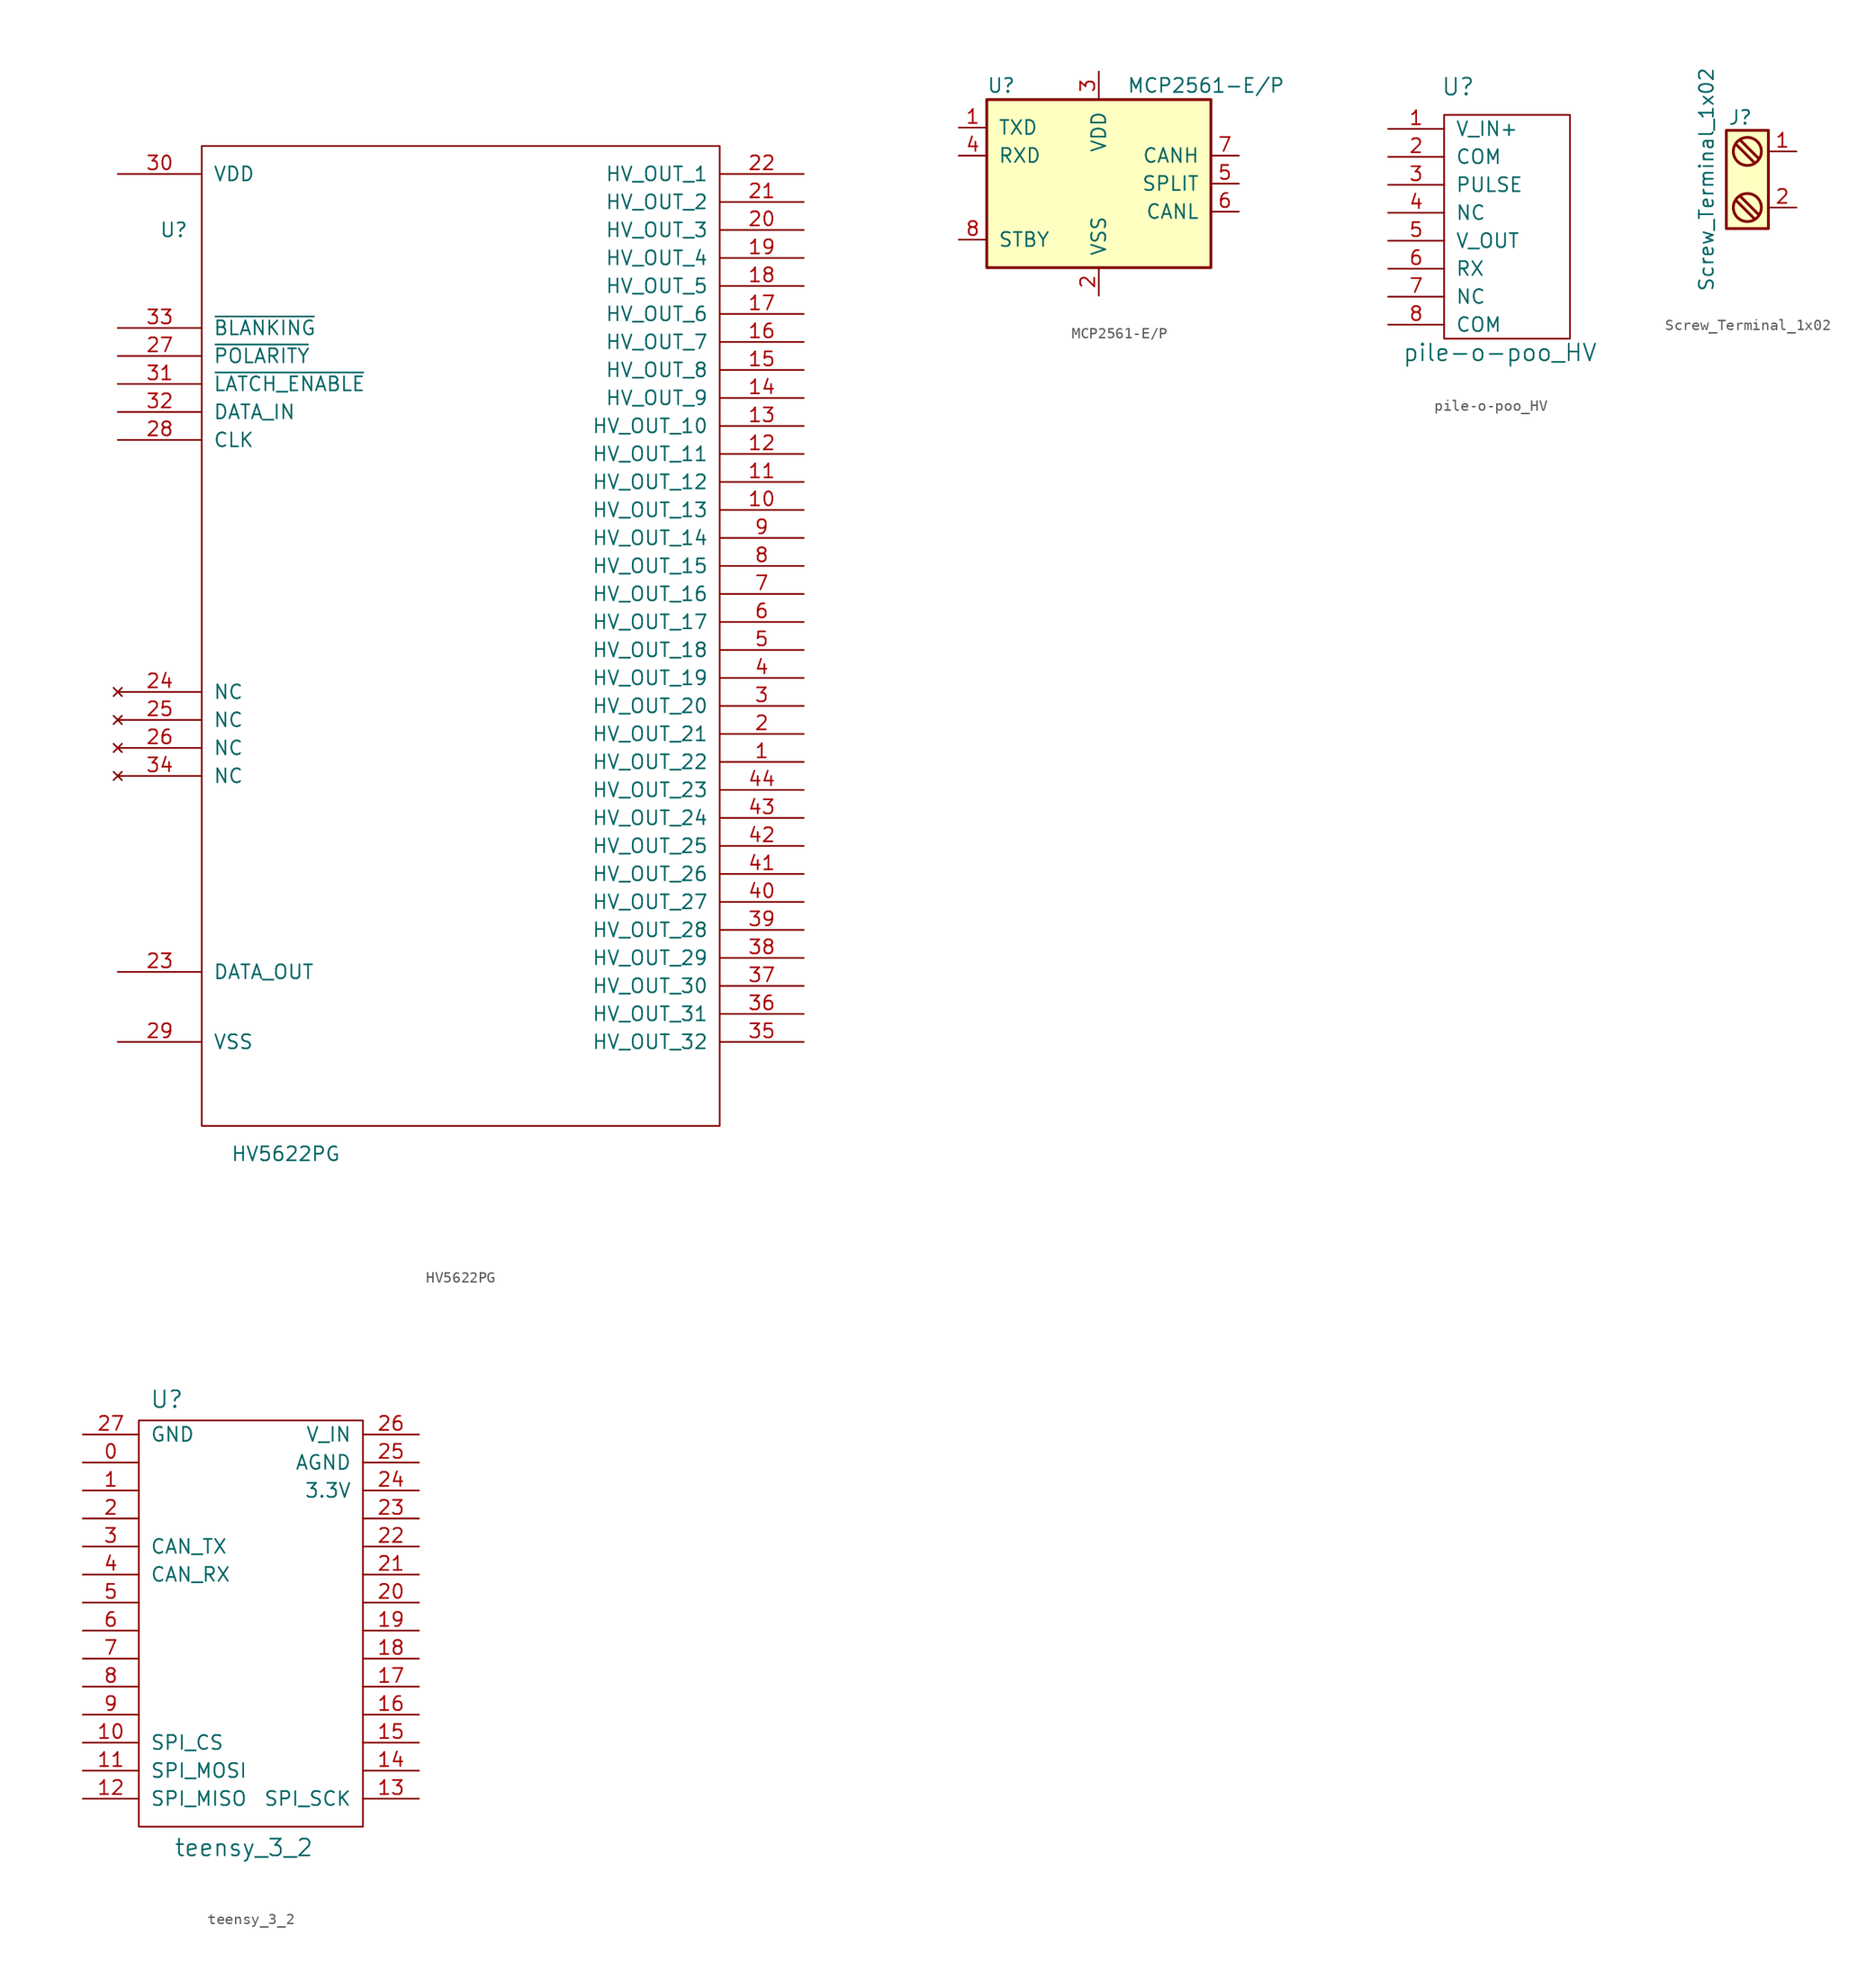
<source format=kicad_sym>
(kicad_symbol_lib
  (version 20220914)
  (generator kicad_symbol_editor)
  (symbol "HV5622PG"
    (pin_names
      (offset 1.016))
    (property "Reference" "U"
      (at -26.67 44.45 0)
      (effects (font (size 1.27 1.27))))
    (property "Value" "HV5622PG"
      (at -16.51 -39.37 0)
      (effects (font (size 1.27 1.27))))
    (symbol "HV5622PG_0_1"
      (rectangle (start -24.13 52.07) (end 22.86 -36.83) (stroke (width 0) (type solid)) (fill (type none))))
    (symbol "HV5622PG_1_1"
      (pin open_collector line (at 30.48 -3.81 180) (length 7.62) (name "HV_OUT_22" (effects (font (size 1.27 1.27)))) (number "1" (effects (font (size 1.27 1.27)))))
      (pin open_collector line (at 30.48 19.05 180) (length 7.62) (name "HV_OUT_13" (effects (font (size 1.27 1.27)))) (number "10" (effects (font (size 1.27 1.27)))))
      (pin open_collector line (at 30.48 21.59 180) (length 7.62) (name "HV_OUT_12" (effects (font (size 1.27 1.27)))) (number "11" (effects (font (size 1.27 1.27)))))
      (pin open_collector line (at 30.48 24.13 180) (length 7.62) (name "HV_OUT_11" (effects (font (size 1.27 1.27)))) (number "12" (effects (font (size 1.27 1.27)))))
      (pin input line (at 30.48 26.67 180) (length 7.62) (name "HV_OUT_10" (effects (font (size 1.27 1.27)))) (number "13" (effects (font (size 1.27 1.27)))))
      (pin open_collector line (at 30.48 29.21 180) (length 7.62) (name "HV_OUT_9" (effects (font (size 1.27 1.27)))) (number "14" (effects (font (size 1.27 1.27)))))
      (pin open_collector line (at 30.48 31.75 180) (length 7.62) (name "HV_OUT_8" (effects (font (size 1.27 1.27)))) (number "15" (effects (font (size 1.27 1.27)))))
      (pin open_collector line (at 30.48 34.29 180) (length 7.62) (name "HV_OUT_7" (effects (font (size 1.27 1.27)))) (number "16" (effects (font (size 1.27 1.27)))))
      (pin open_collector line (at 30.48 36.83 180) (length 7.62) (name "HV_OUT_6" (effects (font (size 1.27 1.27)))) (number "17" (effects (font (size 1.27 1.27)))))
      (pin open_collector line (at 30.48 39.37 180) (length 7.62) (name "HV_OUT_5" (effects (font (size 1.27 1.27)))) (number "18" (effects (font (size 1.27 1.27)))))
      (pin open_collector line (at 30.48 41.91 180) (length 7.62) (name "HV_OUT_4" (effects (font (size 1.27 1.27)))) (number "19" (effects (font (size 1.27 1.27)))))
      (pin open_collector line (at 30.48 -1.27 180) (length 7.62) (name "HV_OUT_21" (effects (font (size 1.27 1.27)))) (number "2" (effects (font (size 1.27 1.27)))))
      (pin open_collector line (at 30.48 44.45 180) (length 7.62) (name "HV_OUT_3" (effects (font (size 1.27 1.27)))) (number "20" (effects (font (size 1.27 1.27)))))
      (pin open_collector line (at 30.48 46.99 180) (length 7.62) (name "HV_OUT_2" (effects (font (size 1.27 1.27)))) (number "21" (effects (font (size 1.27 1.27)))))
      (pin open_collector line (at 30.48 49.53 180) (length 7.62) (name "HV_OUT_1" (effects (font (size 1.27 1.27)))) (number "22" (effects (font (size 1.27 1.27)))))
      (pin output line (at -31.75 -22.86 0) (length 7.62) (name "DATA_OUT" (effects (font (size 1.27 1.27)))) (number "23" (effects (font (size 1.27 1.27)))))
      (pin no_connect line (at -31.75 2.54 0) (length 7.62) (name "NC" (effects (font (size 1.27 1.27)))) (number "24" (effects (font (size 1.27 1.27)))))
      (pin no_connect line (at -31.75 0 0) (length 7.62) (name "NC" (effects (font (size 1.27 1.27)))) (number "25" (effects (font (size 1.27 1.27)))))
      (pin no_connect line (at -31.75 -2.54 0) (length 7.62) (name "NC" (effects (font (size 1.27 1.27)))) (number "26" (effects (font (size 1.27 1.27)))))
      (pin input line (at -31.75 33.02 0) (length 7.62) (name "~{POLARITY}" (effects (font (size 1.27 1.27)))) (number "27" (effects (font (size 1.27 1.27)))))
      (pin input line (at -31.75 25.4 0) (length 7.62) (name "CLK" (effects (font (size 1.27 1.27)))) (number "28" (effects (font (size 1.27 1.27)))))
      (pin power_in line (at -31.75 -29.21 0) (length 7.62) (name "VSS" (effects (font (size 1.27 1.27)))) (number "29" (effects (font (size 1.27 1.27)))))
      (pin open_collector line (at 30.48 1.27 180) (length 7.62) (name "HV_OUT_20" (effects (font (size 1.27 1.27)))) (number "3" (effects (font (size 1.27 1.27)))))
      (pin power_in line (at -31.75 49.53 0) (length 7.62) (name "VDD" (effects (font (size 1.27 1.27)))) (number "30" (effects (font (size 1.27 1.27)))))
      (pin input line (at -31.75 30.48 0) (length 7.62) (name "~{LATCH_ENABLE}" (effects (font (size 1.27 1.27)))) (number "31" (effects (font (size 1.27 1.27)))))
      (pin input line (at -31.75 27.94 0) (length 7.62) (name "DATA_IN" (effects (font (size 1.27 1.27)))) (number "32" (effects (font (size 1.27 1.27)))))
      (pin input line (at -31.75 35.56 0) (length 7.62) (name "~{BLANKING}" (effects (font (size 1.27 1.27)))) (number "33" (effects (font (size 1.27 1.27)))))
      (pin no_connect line (at -31.75 -5.08 0) (length 7.62) (name "NC" (effects (font (size 1.27 1.27)))) (number "34" (effects (font (size 1.27 1.27)))))
      (pin open_collector line (at 30.48 -29.21 180) (length 7.62) (name "HV_OUT_32" (effects (font (size 1.27 1.27)))) (number "35" (effects (font (size 1.27 1.27)))))
      (pin open_collector line (at 30.48 -26.67 180) (length 7.62) (name "HV_OUT_31" (effects (font (size 1.27 1.27)))) (number "36" (effects (font (size 1.27 1.27)))))
      (pin open_collector line (at 30.48 -24.13 180) (length 7.62) (name "HV_OUT_30" (effects (font (size 1.27 1.27)))) (number "37" (effects (font (size 1.27 1.27)))))
      (pin open_collector line (at 30.48 -21.59 180) (length 7.62) (name "HV_OUT_29" (effects (font (size 1.27 1.27)))) (number "38" (effects (font (size 1.27 1.27)))))
      (pin open_collector line (at 30.48 -19.05 180) (length 7.62) (name "HV_OUT_28" (effects (font (size 1.27 1.27)))) (number "39" (effects (font (size 1.27 1.27)))))
      (pin open_collector line (at 30.48 3.81 180) (length 7.62) (name "HV_OUT_19" (effects (font (size 1.27 1.27)))) (number "4" (effects (font (size 1.27 1.27)))))
      (pin open_collector line (at 30.48 -16.51 180) (length 7.62) (name "HV_OUT_27" (effects (font (size 1.27 1.27)))) (number "40" (effects (font (size 1.27 1.27)))))
      (pin open_collector line (at 30.48 -13.97 180) (length 7.62) (name "HV_OUT_26" (effects (font (size 1.27 1.27)))) (number "41" (effects (font (size 1.27 1.27)))))
      (pin open_collector line (at 30.48 -11.43 180) (length 7.62) (name "HV_OUT_25" (effects (font (size 1.27 1.27)))) (number "42" (effects (font (size 1.27 1.27)))))
      (pin open_collector line (at 30.48 -8.89 180) (length 7.62) (name "HV_OUT_24" (effects (font (size 1.27 1.27)))) (number "43" (effects (font (size 1.27 1.27)))))
      (pin open_collector line (at 30.48 -6.35 180) (length 7.62) (name "HV_OUT_23" (effects (font (size 1.27 1.27)))) (number "44" (effects (font (size 1.27 1.27)))))
      (pin open_collector line (at 30.48 6.35 180) (length 7.62) (name "HV_OUT_18" (effects (font (size 1.27 1.27)))) (number "5" (effects (font (size 1.27 1.27)))))
      (pin open_collector line (at 30.48 8.89 180) (length 7.62) (name "HV_OUT_17" (effects (font (size 1.27 1.27)))) (number "6" (effects (font (size 1.27 1.27)))))
      (pin open_collector line (at 30.48 11.43 180) (length 7.62) (name "HV_OUT_16" (effects (font (size 1.27 1.27)))) (number "7" (effects (font (size 1.27 1.27)))))
      (pin open_collector line (at 30.48 13.97 180) (length 7.62) (name "HV_OUT_15" (effects (font (size 1.27 1.27)))) (number "8" (effects (font (size 1.27 1.27)))))
      (pin open_collector line (at 30.48 16.51 180) (length 7.62) (name "HV_OUT_14" (effects (font (size 1.27 1.27)))) (number "9" (effects (font (size 1.27 1.27)))))))
  (symbol "MCP2561-E/P"
    (pin_names
      (offset 1.016))
    (property "Reference" "U"
      (at -10.16 8.89 0)
      (effects (font (size 1.27 1.27)) (justify left)))
    (property "Value" "MCP2561-E/P"
      (at 2.54 8.89 0)
      (effects (font (size 1.27 1.27)) (justify left)))
    (symbol "MCP2561-E/P_0_1"
      (rectangle (start -10.16 7.62) (end 10.16 -7.62) (stroke (width 0.254) (type solid)) (fill (type background))))
    (symbol "MCP2561-E/P_1_1"
      (pin input line (at -12.7 5.08 0) (length 2.54) (name "TXD" (effects (font (size 1.27 1.27)))) (number "1" (effects (font (size 1.27 1.27)))))
      (pin power_in line (at 0 -10.16 90) (length 2.54) (name "VSS" (effects (font (size 1.27 1.27)))) (number "2" (effects (font (size 1.27 1.27)))))
      (pin power_in line (at 0 10.16 270) (length 2.54) (name "VDD" (effects (font (size 1.27 1.27)))) (number "3" (effects (font (size 1.27 1.27)))))
      (pin output line (at -12.7 2.54 0) (length 2.54) (name "RXD" (effects (font (size 1.27 1.27)))) (number "4" (effects (font (size 1.27 1.27)))))
      (pin passive line (at 12.7 0 180) (length 2.54) (name "SPLIT" (effects (font (size 1.27 1.27)))) (number "5" (effects (font (size 1.27 1.27)))))
      (pin bidirectional line (at 12.7 -2.54 180) (length 2.54) (name "CANL" (effects (font (size 1.27 1.27)))) (number "6" (effects (font (size 1.27 1.27)))))
      (pin bidirectional line (at 12.7 2.54 180) (length 2.54) (name "CANH" (effects (font (size 1.27 1.27)))) (number "7" (effects (font (size 1.27 1.27)))))
      (pin input line (at -12.7 -5.08 0) (length 2.54) (name "STBY" (effects (font (size 1.27 1.27)))) (number "8" (effects (font (size 1.27 1.27)))))))
  (symbol "pile-o-poo_HV"
    (pin_names
      (offset 1.016))
    (property "Reference" "U"
      (at 1.27 3.81 0)
      (effects (font (size 1.524 1.524))))
    (property "Value" "pile-o-poo_HV"
      (at 5.08 -20.32 0)
      (effects (font (size 1.524 1.524))))
    (symbol "pile-o-poo_HV_0_1"
      (rectangle (start 0 1.27) (end 11.43 -19.05) (stroke (width 0) (type solid)) (fill (type none))))
    (symbol "pile-o-poo_HV_1_1"
      (pin input line (at -5.08 0 0) (length 5.08) (name "V_IN+" (effects (font (size 1.27 1.27)))) (number "1" (effects (font (size 1.27 1.27)))))
      (pin input line (at -5.08 -2.54 0) (length 5.08) (name "COM" (effects (font (size 1.27 1.27)))) (number "2" (effects (font (size 1.27 1.27)))))
      (pin input line (at -5.08 -5.08 0) (length 5.08) (name "PULSE" (effects (font (size 1.27 1.27)))) (number "3" (effects (font (size 1.27 1.27)))))
      (pin input line (at -5.08 -7.62 0) (length 5.08) (name "NC" (effects (font (size 1.27 1.27)))) (number "4" (effects (font (size 1.27 1.27)))))
      (pin input line (at -5.08 -10.16 0) (length 5.08) (name "V_OUT" (effects (font (size 1.27 1.27)))) (number "5" (effects (font (size 1.27 1.27)))))
      (pin input line (at -5.08 -12.7 0) (length 5.08) (name "RX" (effects (font (size 1.27 1.27)))) (number "6" (effects (font (size 1.27 1.27)))))
      (pin input line (at -5.08 -15.24 0) (length 5.08) (name "NC" (effects (font (size 1.27 1.27)))) (number "7" (effects (font (size 1.27 1.27)))))
      (pin input line (at -5.08 -17.78 0) (length 5.08) (name "COM" (effects (font (size 1.27 1.27)))) (number "8" (effects (font (size 1.27 1.27)))))))
  (symbol "Screw_Terminal_1x02"
    (pin_names
      (offset 0.762) hide)
    (property "Reference" "J"
      (at 0 6.35 0)
      (effects (font (size 1.27 1.27)) (justify top)))
    (property "Value" "Screw_Terminal_1x02"
      (at -3.81 0 90)
      (effects (font (size 1.27 1.27)) (justify top)))
    (symbol "Screw_Terminal_1x02_0_1"
      (rectangle (start -1.27 4.445) (end 2.54 -4.445) (stroke (width 0.254) (type solid)) (fill (type background)))
      (polyline (pts (xy -0.381 -1.905) (xy 1.27 -3.556)) (stroke (width 0.254) (type solid)) (fill (type none)))
      (polyline (pts (xy 0 3.556) (xy 1.651 1.905)) (stroke (width 0.254) (type solid)) (fill (type none)))
      (polyline (pts (xy 1.27 1.524) (xy -0.381 3.175)) (stroke (width 0.254) (type solid)) (fill (type none)))
      (polyline (pts (xy 1.651 -3.175) (xy 0 -1.524)) (stroke (width 0.254) (type solid)) (fill (type none)))
      (circle (center 0.635 -2.54) (radius 1.27) (stroke (width 0.254) (type solid)) (fill (type none)))
      (circle (center 0.635 2.54) (radius 1.27) (stroke (width 0.254) (type solid)) (fill (type none))))
    (symbol "Screw_Terminal_1x02_1_1"
      (pin passive line (at 5.08 2.54 180) (length 2.54) (name "~" (effects (font (size 1.27 1.27)))) (number "1" (effects (font (size 1.27 1.27)))))
      (pin passive line (at 5.08 -2.54 180) (length 2.54) (name "~" (effects (font (size 1.27 1.27)))) (number "2" (effects (font (size 1.27 1.27)))))))
  (symbol "teensy_3_2"
    (pin_names
      (offset 1.016))
    (property "Reference" "U"
      (at 2.54 1.905 0)
      (effects (font (size 1.524 1.524))))
    (property "Value" "teensy_3_2"
      (at 9.525 -38.735 0)
      (effects (font (size 1.524 1.524))))
    (symbol "teensy_3_2_0_1"
      (rectangle (start 0 0) (end 20.32 -36.83) (stroke (width 0) (type solid)) (fill (type none))))
    (symbol "teensy_3_2_1_1"
      (pin input line (at -5.08 -3.81 0) (length 5.08) (name "~" (effects (font (size 1.27 1.27)))) (number "0" (effects (font (size 1.27 1.27)))))
      (pin input line (at -5.08 -6.35 0) (length 5.08) (name "~" (effects (font (size 1.27 1.27)))) (number "1" (effects (font (size 1.27 1.27)))))
      (pin input line (at -5.08 -29.21 0) (length 5.08) (name "SPI_CS" (effects (font (size 1.27 1.27)))) (number "10" (effects (font (size 1.27 1.27)))))
      (pin input line (at -5.08 -31.75 0) (length 5.08) (name "SPI_MOSI" (effects (font (size 1.27 1.27)))) (number "11" (effects (font (size 1.27 1.27)))))
      (pin input line (at -5.08 -34.29 0) (length 5.08) (name "SPI_MISO" (effects (font (size 1.27 1.27)))) (number "12" (effects (font (size 1.27 1.27)))))
      (pin input line (at 25.4 -34.29 180) (length 5.08) (name "SPI_SCK" (effects (font (size 1.27 1.27)))) (number "13" (effects (font (size 1.27 1.27)))))
      (pin input line (at 25.4 -31.75 180) (length 5.08) (name "~" (effects (font (size 1.27 1.27)))) (number "14" (effects (font (size 1.27 1.27)))))
      (pin input line (at 25.4 -29.21 180) (length 5.08) (name "~" (effects (font (size 1.27 1.27)))) (number "15" (effects (font (size 1.27 1.27)))))
      (pin input line (at 25.4 -26.67 180) (length 5.08) (name "~" (effects (font (size 1.27 1.27)))) (number "16" (effects (font (size 1.27 1.27)))))
      (pin input line (at 25.4 -24.13 180) (length 5.08) (name "~" (effects (font (size 1.27 1.27)))) (number "17" (effects (font (size 1.27 1.27)))))
      (pin input line (at 25.4 -21.59 180) (length 5.08) (name "~" (effects (font (size 1.27 1.27)))) (number "18" (effects (font (size 1.27 1.27)))))
      (pin input line (at 25.4 -19.05 180) (length 5.08) (name "~" (effects (font (size 1.27 1.27)))) (number "19" (effects (font (size 1.27 1.27)))))
      (pin input line (at -5.08 -8.89 0) (length 5.08) (name "~" (effects (font (size 1.27 1.27)))) (number "2" (effects (font (size 1.27 1.27)))))
      (pin input line (at 25.4 -16.51 180) (length 5.08) (name "~" (effects (font (size 1.27 1.27)))) (number "20" (effects (font (size 1.27 1.27)))))
      (pin input line (at 25.4 -13.97 180) (length 5.08) (name "~" (effects (font (size 1.27 1.27)))) (number "21" (effects (font (size 1.27 1.27)))))
      (pin input line (at 25.4 -11.43 180) (length 5.08) (name "~" (effects (font (size 1.27 1.27)))) (number "22" (effects (font (size 1.27 1.27)))))
      (pin input line (at 25.4 -8.89 180) (length 5.08) (name "~" (effects (font (size 1.27 1.27)))) (number "23" (effects (font (size 1.27 1.27)))))
      (pin input line (at 25.4 -6.35 180) (length 5.08) (name "3.3V" (effects (font (size 1.27 1.27)))) (number "24" (effects (font (size 1.27 1.27)))))
      (pin input line (at 25.4 -3.81 180) (length 5.08) (name "AGND" (effects (font (size 1.27 1.27)))) (number "25" (effects (font (size 1.27 1.27)))))
      (pin input line (at 25.4 -1.27 180) (length 5.08) (name "V_IN" (effects (font (size 1.27 1.27)))) (number "26" (effects (font (size 1.27 1.27)))))
      (pin input line (at -5.08 -1.27 0) (length 5.08) (name "GND" (effects (font (size 1.27 1.27)))) (number "27" (effects (font (size 1.27 1.27)))))
      (pin input line (at -5.08 -11.43 0) (length 5.08) (name "CAN_TX" (effects (font (size 1.27 1.27)))) (number "3" (effects (font (size 1.27 1.27)))))
      (pin input line (at -5.08 -13.97 0) (length 5.08) (name "CAN_RX" (effects (font (size 1.27 1.27)))) (number "4" (effects (font (size 1.27 1.27)))))
      (pin input line (at -5.08 -16.51 0) (length 5.08) (name "~" (effects (font (size 1.27 1.27)))) (number "5" (effects (font (size 1.27 1.27)))))
      (pin input line (at -5.08 -19.05 0) (length 5.08) (name "~" (effects (font (size 1.27 1.27)))) (number "6" (effects (font (size 1.27 1.27)))))
      (pin input line (at -5.08 -21.59 0) (length 5.08) (name "~" (effects (font (size 1.27 1.27)))) (number "7" (effects (font (size 1.27 1.27)))))
      (pin input line (at -5.08 -24.13 0) (length 5.08) (name "~" (effects (font (size 1.27 1.27)))) (number "8" (effects (font (size 1.27 1.27)))))
      (pin input line (at -5.08 -26.67 0) (length 5.08) (name "~" (effects (font (size 1.27 1.27)))) (number "9" (effects (font (size 1.27 1.27))))))))
</source>
